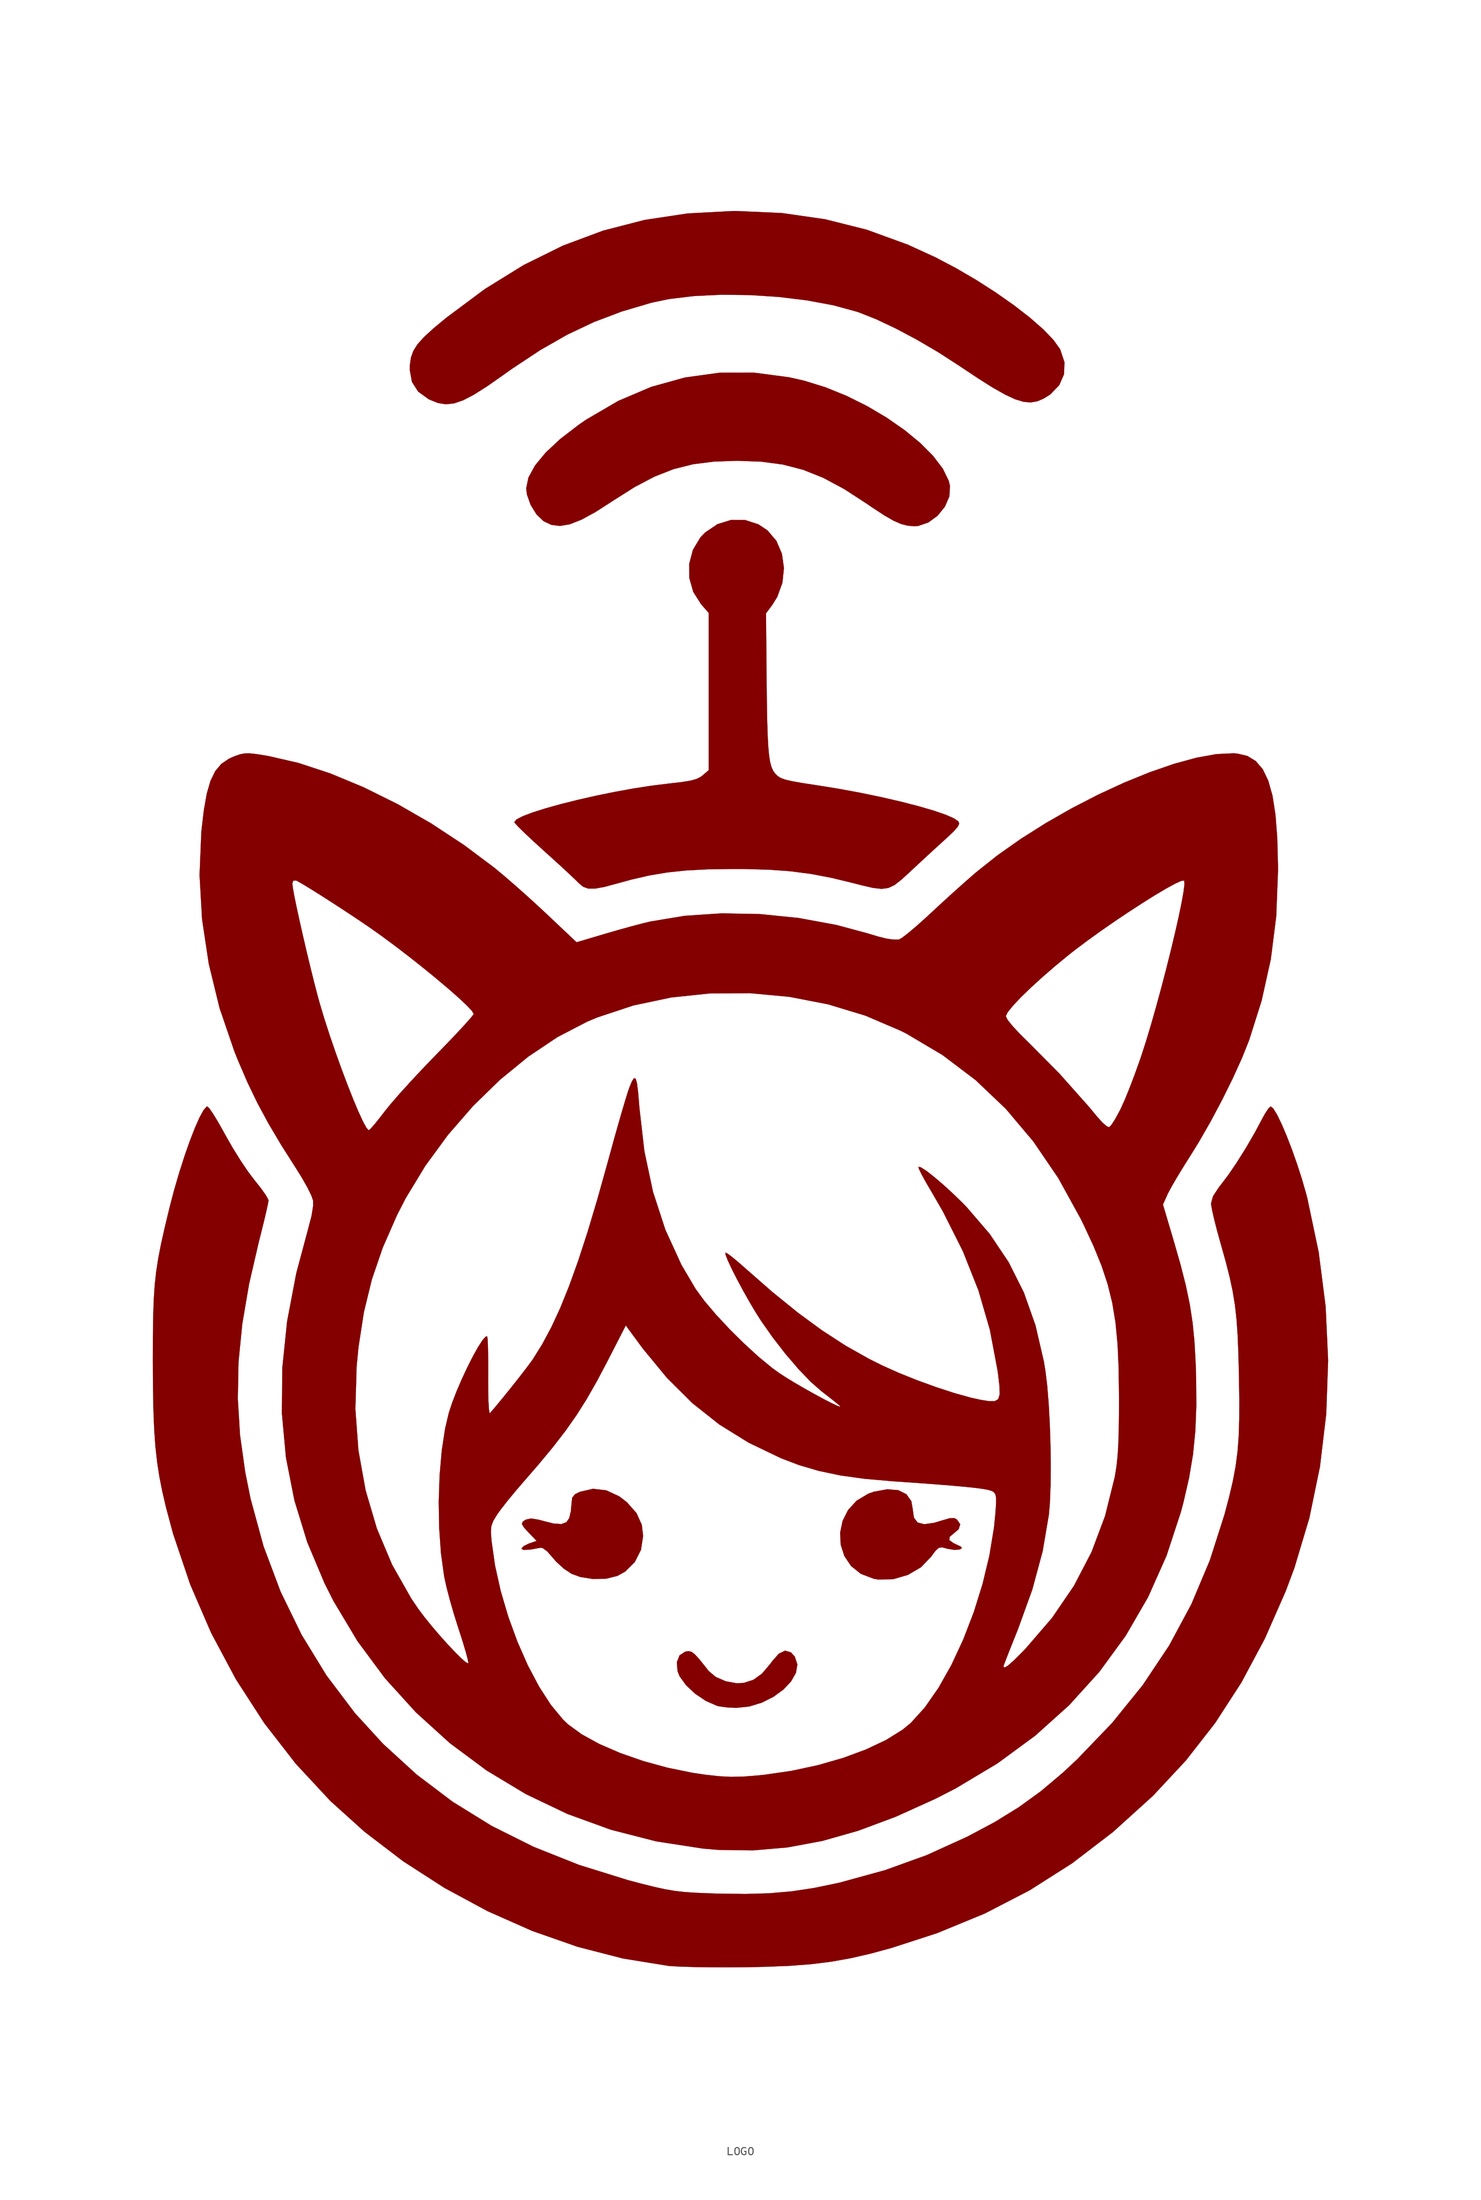
<source format=kicad_sym>
(kicad_symbol_lib
  (version 20220914)
  (generator "bitmap2component")
  (generator_version "9.0")
  (symbol "LOGO"
    (pin_names
      (offset 1.016))
    (property "Reference" "#G"
      (at 0 98.803 0)
      (effects (font (size 1.27 1.27)) hide))
    (symbol "LOGO_0_0"
      (polyline (pts (xy 0.675 -99.313) (xy 2.838 -99.27) (xy 5.627 -99.158) (xy 8.089 -98.969) (xy 10.352 -98.689) (xy 12.541 -98.299) (xy 14.784 -97.784) (xy 17.205 -97.127) (xy 22.341 -95.461) (xy 27.74 -93.241) (xy 32.824 -90.614) (xy 37.645 -87.55) (xy 42.255 -84.021) (xy 46.706 -79.995) (xy 46.863 -79.841) (xy 50.537 -75.904) (xy 53.841 -71.672) (xy 56.805 -67.099) (xy 59.459 -62.138) (xy 61.832 -56.745) (xy 62.806 -54.138) (xy 64.502 -48.485) (xy 65.706 -42.658) (xy 66.416 -36.697) (xy 66.63 -30.641) (xy 66.346 -24.529) (xy 65.562 -18.4) (xy 64.276 -12.295) (xy 64.132 -11.743) (xy 63.652 -10.08) (xy 63.102 -8.382) (xy 62.515 -6.728) (xy 61.922 -5.197) (xy 61.355 -3.87) (xy 60.844 -2.823) (xy 60.423 -2.138) (xy 60.122 -1.891) (xy 60.115 -1.892) (xy 59.863 -2.135) (xy 59.468 -2.737) (xy 59.012 -3.572) (xy 58.306 -4.897) (xy 57.328 -6.579) (xy 56.291 -8.23) (xy 55.292 -9.7) (xy 54.427 -10.833) (xy 54.291 -10.999) (xy 53.602 -12.043) (xy 53.37 -12.873) (xy 53.377 -12.979) (xy 53.491 -13.641) (xy 53.725 -14.668) (xy 54.05 -15.94) (xy 54.438 -17.338) (xy 54.467 -17.438) (xy 55.034 -19.463) (xy 55.481 -21.219) (xy 55.824 -22.823) (xy 56.08 -24.39) (xy 56.262 -26.035) (xy 56.389 -27.874) (xy 56.475 -30.023) (xy 56.537 -32.596) (xy 56.572 -35.042) (xy 56.566 -37.317) (xy 56.502 -39.269) (xy 56.367 -41.009) (xy 56.15 -42.651) (xy 55.839 -44.306) (xy 55.421 -46.089) (xy 54.885 -48.11) (xy 53.238 -53.256) (xy 51.146 -58.219) (xy 48.621 -62.915) (xy 45.637 -67.383) (xy 42.172 -71.663) (xy 38.202 -75.795) (xy 36.575 -77.31) (xy 34.113 -79.385) (xy 31.606 -81.202) (xy 28.891 -82.876) (xy 25.805 -84.522) (xy 25.75 -84.549) (xy 21.159 -86.634) (xy 16.446 -88.332) (xy 11.435 -89.708) (xy 10.996 -89.811) (xy 8.373 -90.353) (xy 5.885 -90.727) (xy 3.365 -90.947) (xy 0.648 -91.028) (xy -2.432 -90.986) (xy -3.234 -90.961) (xy -4.893 -90.895) (xy -6.221 -90.807) (xy -7.363 -90.678) (xy -8.469 -90.489) (xy -9.686 -90.221) (xy -11.163 -89.854) (xy -12.662 -89.458) (xy -18.213 -87.731) (xy -23.349 -85.689) (xy -28.103 -83.316) (xy -32.507 -80.594) (xy -36.593 -77.507) (xy -40.394 -74.035) (xy -43.57 -70.565) (xy -46.801 -66.293) (xy -49.616 -61.698) (xy -51.999 -56.812) (xy -53.932 -51.664) (xy -55.401 -46.284) (xy -56.003 -43.296) (xy -56.592 -39.101) (xy -56.847 -34.968) (xy -56.763 -30.804) (xy -56.338 -26.513) (xy -55.568 -22) (xy -54.451 -17.171) (xy -54.22 -16.263) (xy -53.882 -14.896) (xy -53.611 -13.754) (xy -53.432 -12.937) (xy -53.367 -12.544) (xy -53.398 -12.424) (xy -53.69 -11.906) (xy -54.225 -11.152) (xy -54.921 -10.28) (xy -55.654 -9.316) (xy -56.528 -8.025) (xy -57.423 -6.586) (xy -58.231 -5.169) (xy -58.422 -4.817) (xy -59.069 -3.674) (xy -59.632 -2.748) (xy -60.057 -2.127) (xy -60.288 -1.899) (xy -60.37 -1.921) (xy -60.719 -2.308) (xy -61.171 -3.13) (xy -61.697 -4.314) (xy -62.274 -5.793) (xy -62.874 -7.497) (xy -63.471 -9.357) (xy -64.04 -11.303) (xy -64.555 -13.266) (xy -64.638 -13.604) (xy -65.145 -15.716) (xy -65.549 -17.523) (xy -65.861 -19.133) (xy -66.093 -20.65) (xy -66.257 -22.179) (xy -66.364 -23.826) (xy -66.426 -25.698) (xy -66.455 -27.898) (xy -66.462 -30.534) (xy -66.462 -30.755) (xy -66.447 -33.738) (xy -66.399 -36.277) (xy -66.311 -38.462) (xy -66.174 -40.383) (xy -65.982 -42.13) (xy -65.725 -43.793) (xy -65.396 -45.461) (xy -64.987 -47.224) (xy -64.164 -50.286) (xy -62.237 -55.989) (xy -59.861 -61.485) (xy -57.06 -66.729) (xy -53.859 -71.677) (xy -50.285 -76.281) (xy -46.362 -80.498) (xy -42.508 -83.973) (xy -38.118 -87.325) (xy -33.445 -90.336) (xy -28.555 -92.972) (xy -23.512 -95.204) (xy -18.38 -97) (xy -13.223 -98.329) (xy -8.106 -99.158) (xy -7.683 -99.195) (xy -6.541 -99.253) (xy -5.026 -99.296) (xy -3.245 -99.321) (xy -1.309 -99.328) (xy 0.675 -99.313)) (stroke (width 0.01) (type default)) (fill (type outline)))
      (polyline (pts (xy 5.383 -85.76) (xy 9.347 -85.022) (xy 13.424 -83.866) (xy 17.675 -82.281) (xy 22.157 -80.253) (xy 24.476 -79.064) (xy 29.175 -76.254) (xy 33.455 -73.115) (xy 37.307 -69.655) (xy 40.727 -65.882) (xy 43.708 -61.803) (xy 46.244 -57.425) (xy 48.328 -52.755) (xy 49.954 -47.8) (xy 50.247 -46.7) (xy 50.882 -43.942) (xy 51.325 -41.304) (xy 51.592 -38.623) (xy 51.704 -35.737) (xy 51.677 -32.486) (xy 51.624 -30.851) (xy 51.49 -28.482) (xy 51.276 -26.339) (xy 50.959 -24.275) (xy 50.513 -22.145) (xy 49.916 -19.804) (xy 49.143 -17.106) (xy 47.924 -13.001) (xy 48.447 -11.837) (xy 48.501 -11.723) (xy 48.9 -10.978) (xy 49.508 -9.933) (xy 50.252 -8.71) (xy 51.059 -7.431) (xy 51.981 -5.942) (xy 53.311 -3.627) (xy 54.619 -1.171) (xy 55.833 1.282) (xy 56.878 3.586) (xy 57.682 5.596) (xy 59.095 10.052) (xy 60.141 14.766) (xy 60.753 19.618) (xy 60.951 24.724) (xy 60.948 25.438) (xy 60.867 28.531) (xy 60.664 31.131) (xy 60.33 33.267) (xy 59.853 34.969) (xy 59.225 36.268) (xy 58.433 37.193) (xy 57.468 37.774) (xy 56.32 38.041) (xy 55.885 38.07) (xy 53.959 37.973) (xy 51.7 37.564) (xy 49.17 36.872) (xy 46.432 35.927) (xy 43.551 34.757) (xy 40.589 33.39) (xy 37.609 31.855) (xy 34.676 30.182) (xy 31.852 28.399) (xy 29.2 26.534) (xy 26.785 24.617) (xy 26.594 24.454) (xy 25.499 23.497) (xy 24.191 22.329) (xy 22.82 21.081) (xy 21.531 19.888) (xy 20.943 19.345) (xy 19.906 18.422) (xy 19.02 17.679) (xy 18.364 17.18) (xy 18.018 16.992) (xy 17.956 16.988) (xy 17.326 16.992) (xy 16.613 17.097) (xy 15.673 17.33) (xy 14.368 17.721) (xy 10.925 18.645) (xy 6.638 19.433) (xy 2.271 19.872) (xy -2.058 19.955) (xy -6.231 19.676) (xy -10.133 19.029) (xy -10.985 18.823) (xy -12.268 18.485) (xy -13.727 18.081) (xy -15.184 17.66) (xy -18.478 16.682) (xy -21.939 19.947) (xy -22.609 20.573) (xy -24.024 21.865) (xy -25.456 23.137) (xy -26.771 24.272) (xy -27.832 25.15) (xy -31.217 27.681) (xy -34.944 30.132) (xy -38.763 32.326) (xy -42.596 34.224) (xy -46.363 35.789) (xy -49.988 36.981) (xy -53.391 37.761) (xy -53.45 37.771) (xy -54.651 37.968) (xy -55.48 38.063) (xy -56.087 38.055) (xy -56.625 37.943) (xy -57.246 37.724) (xy -57.86 37.45) (xy -58.714 36.864) (xy -59.395 36.057) (xy -59.932 34.963) (xy -60.353 33.52) (xy -60.685 31.665) (xy -60.958 29.334) (xy -60.973 29.182) (xy -61.175 24.295) (xy -61.118 23.287) (xy -50.665 23.287) (xy -50.594 23.631) (xy -50.269 23.685) (xy -50.13 23.62) (xy -49.522 23.277) (xy -48.588 22.71) (xy -47.413 21.974) (xy -46.083 21.123) (xy -44.683 20.212) (xy -43.3 19.295) (xy -42.018 18.428) (xy -41.96 18.388) (xy -40.514 17.363) (xy -38.968 16.217) (xy -37.381 14.999) (xy -35.813 13.757) (xy -34.324 12.541) (xy -32.972 11.4) (xy -31.817 10.384) (xy -30.919 9.541) (xy -30.336 8.921) (xy -30.129 8.573) (xy -30.175 8.485) (xy -30.526 8.049) (xy -31.178 7.318) (xy -32.077 6.351) (xy -33.169 5.205) (xy -34.4 3.941) (xy -34.737 3.596) (xy -36.097 2.177) (xy -37.413 0.765) (xy -38.599 -0.547) (xy -39.57 -1.667) (xy -40.242 -2.499) (xy -40.665 -3.053) (xy -41.3 -3.846) (xy -41.776 -4.391) (xy -42.013 -4.594) (xy -42.032 -4.59) (xy -42.293 -4.292) (xy -42.69 -3.557) (xy -43.197 -2.454) (xy -43.786 -1.053) (xy -44.431 0.576) (xy -45.105 2.365) (xy -45.781 4.244) (xy -46.432 6.142) (xy -47.032 7.992) (xy -47.552 9.722) (xy -47.817 10.681) (xy -48.193 12.129) (xy -48.603 13.775) (xy -49.026 15.531) (xy -49.44 17.305) (xy -49.826 19.007) (xy -50.162 20.547) (xy -50.428 21.833) (xy -50.602 22.777) (xy -50.665 23.287) (xy -61.118 23.287) (xy -60.891 19.287) (xy -60.13 14.236) (xy -58.907 9.225) (xy -57.233 4.334) (xy -56.837 3.347) (xy -55.772 0.869) (xy -54.648 -1.466) (xy -53.392 -3.797) (xy -51.931 -6.261) (xy -50.191 -8.997) (xy -49.582 -9.975) (xy -48.968 -11.057) (xy -48.525 -11.954) (xy -48.32 -12.537) (xy -48.312 -13.144) (xy -48.49 -14.276) (xy -48.862 -15.699) (xy -50.22 -20.766) (xy -51.262 -26.232) (xy -51.805 -31.519) (xy -51.844 -36.126) (xy -43.531 -36.126) (xy -43.389 -31.338) (xy -43.175 -29.131) (xy -42.567 -25.185) (xy -41.665 -21.485) (xy -40.426 -17.872) (xy -38.807 -14.186) (xy -37.822 -12.27) (xy -35.602 -8.613) (xy -33.043 -5.121) (xy -30.206 -1.856) (xy -27.152 1.119) (xy -23.943 3.743) (xy -20.641 5.952) (xy -17.307 7.684) (xy -16.135 8.176) (xy -12.057 9.527) (xy -7.77 10.433) (xy -3.347 10.898) (xy 1.138 10.922) (xy 5.613 10.508) (xy 10.005 9.658) (xy 14.241 8.374) (xy 14.38 8.314) (xy 30.129 8.314) (xy 30.129 8.323) (xy 30.345 8.769) (xy 30.928 9.492) (xy 31.822 10.438) (xy 32.971 11.552) (xy 34.318 12.779) (xy 35.808 14.066) (xy 37.384 15.357) (xy 37.934 15.788) (xy 39.325 16.834) (xy 40.852 17.933) (xy 42.452 19.042) (xy 44.06 20.121) (xy 45.614 21.129) (xy 47.049 22.025) (xy 48.301 22.768) (xy 49.307 23.317) (xy 50.002 23.631) (xy 50.324 23.669) (xy 50.333 23.658) (xy 50.362 23.255) (xy 50.258 22.406) (xy 50.038 21.176) (xy 49.719 19.632) (xy 49.315 17.84) (xy 48.844 15.866) (xy 48.322 13.778) (xy 47.765 11.642) (xy 47.19 9.524) (xy 46.611 7.49) (xy 46.046 5.607) (xy 45.511 3.942) (xy 45.319 3.375) (xy 44.741 1.762) (xy 44.148 0.202) (xy 43.597 -1.151) (xy 43.149 -2.142) (xy 42.995 -2.445) (xy 42.508 -3.333) (xy 42.098 -3.975) (xy 41.841 -4.25) (xy 41.585 -4.157) (xy 41.085 -3.735) (xy 40.49 -3.078) (xy 39.551 -1.946) (xy 36.242 1.776) (xy 32.859 5.189) (xy 31.755 6.277) (xy 30.885 7.21) (xy 30.326 7.909) (xy 30.129 8.314) (xy 14.38 8.314) (xy 18.247 6.658) (xy 18.899 6.326) (xy 22.956 3.922) (xy 26.694 1.095) (xy 30.12 -2.162) (xy 33.242 -5.858) (xy 36.065 -9.998) (xy 38.598 -14.591) (xy 38.96 -15.327) (xy 40.078 -17.733) (xy 40.973 -19.932) (xy 41.668 -22.029) (xy 42.186 -24.132) (xy 42.55 -26.346) (xy 42.784 -28.779) (xy 42.909 -31.535) (xy 42.949 -34.722) (xy 42.945 -36.738) (xy 42.919 -38.69) (xy 42.865 -40.271) (xy 42.779 -41.572) (xy 42.655 -42.685) (xy 42.49 -43.7) (xy 42.455 -43.885) (xy 41.37 -48.242) (xy 39.841 -52.316) (xy 37.847 -56.147) (xy 35.369 -59.774) (xy 32.385 -63.238) (xy 31.999 -63.639) (xy 31.024 -64.61) (xy 30.359 -65.192) (xy 29.98 -65.406) (xy 29.858 -65.271) (xy 29.901 -65.138) (xy 30.113 -64.576) (xy 30.472 -63.657) (xy 30.944 -62.469) (xy 31.495 -61.096) (xy 33.126 -56.586) (xy 34.301 -52.242) (xy 35.007 -48.09) (xy 35.117 -46.793) (xy 35.195 -44.847) (xy 35.217 -42.61) (xy 35.187 -40.216) (xy 35.106 -37.798) (xy 34.98 -35.492) (xy 34.811 -33.431) (xy 34.602 -31.75) (xy 34.432 -30.734) (xy 33.49 -26.672) (xy 32.175 -22.958) (xy 30.457 -19.53) (xy 28.307 -16.328) (xy 25.696 -13.291) (xy 25.109 -12.692) (xy 24.024 -11.644) (xy 22.948 -10.668) (xy 21.957 -9.826) (xy 21.123 -9.181) (xy 20.523 -8.794) (xy 20.229 -8.729) (xy 20.292 -8.97) (xy 20.589 -9.582) (xy 21.074 -10.467) (xy 21.696 -11.527) (xy 23.004 -13.785) (xy 25.258 -18.264) (xy 27.024 -22.706) (xy 28.326 -27.177) (xy 29.188 -31.741) (xy 29.26 -32.264) (xy 29.418 -33.6) (xy 29.435 -34.495) (xy 29.269 -35.023) (xy 28.882 -35.252) (xy 28.233 -35.255) (xy 27.28 -35.103) (xy 26.176 -34.86) (xy 24.325 -34.344) (xy 22.244 -33.667) (xy 20.078 -32.881) (xy 17.974 -32.037) (xy 16.078 -31.185) (xy 14.628 -30.459) (xy 11.979 -28.967) (xy 9.323 -27.245) (xy 6.585 -25.238) (xy 3.692 -22.895) (xy 0.565 -20.16) (xy -0.076 -19.593) (xy -0.842 -18.955) (xy -1.391 -18.545) (xy -1.634 -18.433) (xy -1.598 -18.712) (xy -1.335 -19.374) (xy -0.888 -20.323) (xy -0.305 -21.469) (xy 0.367 -22.721) (xy 1.081 -23.989) (xy 1.79 -25.183) (xy 2.444 -26.211) (xy 3.732 -28.039) (xy 5.187 -29.913) (xy 6.644 -31.614) (xy 8.016 -33.044) (xy 9.217 -34.099) (xy 10.032 -34.731) (xy 10.801 -35.341) (xy 11.311 -35.759) (xy 11.365 -35.808) (xy 11.371 -35.896) (xy 11.003 -35.76) (xy 10.339 -35.443) (xy 9.456 -34.987) (xy 8.431 -34.433) (xy 7.341 -33.822) (xy 6.265 -33.196) (xy 5.278 -32.597) (xy 4.458 -32.067) (xy 3.616 -31.453) (xy 2.096 -30.198) (xy 0.463 -28.704) (xy -1.172 -27.083) (xy -2.699 -25.445) (xy -4.008 -23.901) (xy -4.989 -22.563) (xy -6.605 -19.823) (xy -8.423 -15.854) (xy -9.82 -11.575) (xy -10.8 -6.971) (xy -11.368 -2.026) (xy -11.395 -1.661) (xy -11.519 -0.198) (xy -11.646 0.764) (xy -11.793 1.254) (xy -11.976 1.305) (xy -12.21 0.947) (xy -12.513 0.213) (xy -12.641 -0.158) (xy -12.944 -1.125) (xy -13.342 -2.462) (xy -13.807 -4.074) (xy -14.311 -5.868) (xy -14.827 -7.748) (xy -14.971 -8.277) (xy -16.137 -12.44) (xy -17.239 -16.118) (xy -18.294 -19.356) (xy -19.317 -22.199) (xy -20.325 -24.692) (xy -21.336 -26.877) (xy -22.366 -28.8) (xy -23.433 -30.506) (xy -23.562 -30.691) (xy -24.133 -31.461) (xy -24.921 -32.481) (xy -25.828 -33.628) (xy -26.757 -34.779) (xy -27.61 -35.814) (xy -28.29 -36.609) (xy -28.342 -36.568) (xy -28.412 -36.105) (xy -28.463 -35.22) (xy -28.491 -33.983) (xy -28.494 -32.466) (xy -28.49 -31.442) (xy -28.498 -30.077) (xy -28.521 -28.973) (xy -28.556 -28.223) (xy -28.6 -27.919) (xy -28.771 -27.945) (xy -29.14 -28.359) (xy -29.637 -29.129) (xy -30.218 -30.172) (xy -30.843 -31.404) (xy -31.47 -32.744) (xy -32.058 -34.108) (xy -32.564 -35.412) (xy -32.948 -36.575) (xy -33.367 -38.35) (xy -33.749 -40.866) (xy -33.991 -43.666) (xy -34.089 -46.616) (xy -34.04 -49.585) (xy -34.005 -50.083) (xy -28.183 -50.083) (xy -28.135 -49.399) (xy -27.918 -48.811) (xy -27.486 -48.098) (xy -27.026 -47.458) (xy -26.283 -46.512) (xy -25.381 -45.418) (xy -24.425 -44.306) (xy -22.845 -42.487) (xy -21.163 -40.464) (xy -19.733 -38.613) (xy -18.476 -36.824) (xy -17.314 -34.983) (xy -16.171 -32.98) (xy -14.969 -30.703) (xy -12.906 -26.684) (xy -11.34 -28.811) (xy -10.951 -29.334) (xy -8.224 -32.641) (xy -5.37 -35.474) (xy -2.318 -37.892) (xy 1.003 -39.95) (xy 4.662 -41.706) (xy 6.697 -42.482) (xy 8.956 -43.147) (xy 11.397 -43.658) (xy 14.137 -44.039) (xy 17.294 -44.315) (xy 18.545 -44.4) (xy 21.242 -44.592) (xy 23.453 -44.763) (xy 25.216 -44.916) (xy 26.572 -45.055) (xy 27.557 -45.185) (xy 28.21 -45.308) (xy 28.571 -45.43) (xy 28.755 -45.542) (xy 28.945 -45.775) (xy 29.029 -46.182) (xy 29.024 -46.884) (xy 28.948 -48.002) (xy 28.794 -49.538) (xy 28.272 -52.719) (xy 27.494 -55.95) (xy 26.495 -59.148) (xy 25.308 -62.226) (xy 23.968 -65.102) (xy 22.508 -67.691) (xy 20.964 -69.909) (xy 19.368 -71.67) (xy 18.437 -72.435) (xy 16.575 -73.593) (xy 14.307 -74.666) (xy 11.713 -75.626) (xy 8.873 -76.443) (xy 5.868 -77.089) (xy 2.78 -77.536) (xy 1.986 -77.618) (xy 0.38 -77.744) (xy -0.997 -77.772) (xy -2.359 -77.699) (xy -3.918 -77.527) (xy -5.352 -77.314) (xy -8.178 -76.737) (xy -10.941 -75.978) (xy -13.545 -75.072) (xy -15.896 -74.054) (xy -17.898 -72.958) (xy -19.454 -71.821) (xy -20.01 -71.29) (xy -21.386 -69.629) (xy -22.73 -67.549) (xy -24.006 -65.136) (xy -25.178 -62.474) (xy -26.211 -59.651) (xy -27.067 -56.752) (xy -27.713 -53.863) (xy -28.111 -51.07) (xy -28.183 -50.083) (xy -34.005 -50.083) (xy -33.838 -52.442) (xy -33.481 -55.054) (xy -33.463 -55.153) (xy -33.205 -56.316) (xy -32.819 -57.791) (xy -32.355 -59.397) (xy -31.863 -60.957) (xy -31.696 -61.462) (xy -31.292 -62.743) (xy -30.977 -63.811) (xy -30.782 -64.567) (xy -30.734 -64.911) (xy -30.745 -64.928) (xy -30.997 -64.819) (xy -31.514 -64.375) (xy -32.227 -63.67) (xy -33.071 -62.775) (xy -33.977 -61.765) (xy -34.878 -60.712) (xy -35.706 -59.69) (xy -36.396 -58.771) (xy -37.193 -57.597) (xy -39.364 -53.771) (xy -41.095 -49.669) (xy -42.373 -45.334) (xy -43.188 -40.805) (xy -43.531 -36.126) (xy -51.844 -36.126) (xy -51.849 -36.645) (xy -51.392 -41.628) (xy -50.433 -46.485) (xy -48.973 -51.233) (xy -47.009 -55.891) (xy -46 -57.887) (xy -43.289 -62.417) (xy -40.171 -66.62) (xy -36.675 -70.472) (xy -32.832 -73.955) (xy -28.671 -77.046) (xy -24.222 -79.724) (xy -19.517 -81.969) (xy -14.585 -83.758) (xy -9.455 -85.072) (xy -4.159 -85.889) (xy -2.438 -86.034) (xy 1.474 -86.093) (xy 5.383 -85.76)) (stroke (width 0.01) (type default)) (fill (type outline)))
      (polyline (pts (xy 16.821 22.825) (xy 17.53 23.163) (xy 18.307 23.765) (xy 19.281 24.657) (xy 19.706 25.054) (xy 20.919 26.18) (xy 22.163 27.324) (xy 23.226 28.292) (xy 23.429 28.476) (xy 24.237 29.241) (xy 24.691 29.759) (xy 24.847 30.105) (xy 24.762 30.354) (xy 24.289 30.69) (xy 23.323 31.115) (xy 21.949 31.585) (xy 20.232 32.086) (xy 18.24 32.598) (xy 16.036 33.106) (xy 13.688 33.594) (xy 11.261 34.043) (xy 8.82 34.437) (xy 8.661 34.461) (xy 7.092 34.703) (xy 5.96 34.902) (xy 5.177 35.082) (xy 4.653 35.269) (xy 4.298 35.486) (xy 4.022 35.759) (xy 4.013 35.771) (xy 3.777 36.104) (xy 3.585 36.533) (xy 3.431 37.113) (xy 3.311 37.9) (xy 3.218 38.949) (xy 3.15 40.316) (xy 3.099 42.057) (xy 3.062 44.227) (xy 3.034 46.882) (xy 2.972 53.907) (xy 3.678 54.853) (xy 4.247 55.767) (xy 4.83 57.37) (xy 5.003 59.037) (xy 4.773 60.655) (xy 4.149 62.112) (xy 3.138 63.298) (xy 2.106 63.983) (xy 0.594 64.473) (xy -0.979 64.479) (xy -2.52 64.002) (xy -3.936 63.047) (xy -4.464 62.495) (xy -5.302 61.099) (xy -5.719 59.528) (xy -5.708 57.898) (xy -5.263 56.328) (xy -4.376 54.936) (xy -3.513 53.952) (xy -3.513 45.057) (xy -3.513 36.162) (xy -4.207 35.564) (xy -4.448 35.384) (xy -4.935 35.15) (xy -5.638 34.964) (xy -6.666 34.8) (xy -8.125 34.633) (xy -8.162 34.629) (xy -10.057 34.394) (xy -12.091 34.077) (xy -14.195 33.694) (xy -16.304 33.262) (xy -18.35 32.798) (xy -20.265 32.319) (xy -21.983 31.841) (xy -23.436 31.382) (xy -24.558 30.958) (xy -25.279 30.587) (xy -25.535 30.284) (xy -25.441 30.142) (xy -25.008 29.68) (xy -24.283 28.971) (xy -23.332 28.081) (xy -22.225 27.075) (xy -21.52 26.44) (xy -20.398 25.421) (xy -19.424 24.522) (xy -18.683 23.823) (xy -18.26 23.404) (xy -18.221 23.362) (xy -17.73 22.959) (xy -17.152 22.756) (xy -16.382 22.754) (xy -15.317 22.951) (xy -13.852 23.344) (xy -12.342 23.759) (xy -10.256 24.241) (xy -8.202 24.586) (xy -6.038 24.812) (xy -3.621 24.937) (xy -0.811 24.978) (xy 0.58 24.973) (xy 3.338 24.896) (xy 5.793 24.715) (xy 8.104 24.411) (xy 10.429 23.965) (xy 12.93 23.358) (xy 13.801 23.131) (xy 15.086 22.836) (xy 16.049 22.725) (xy 16.821 22.825)) (stroke (width 0.01) (type default)) (fill (type outline)))
      (polyline (pts (xy 20.202 63.798) (xy 21.364 64.192) (xy 22.409 64.959) (xy 23.234 65.98) (xy 23.735 67.139) (xy 23.808 68.317) (xy 23.662 68.918) (xy 22.997 70.28) (xy 21.901 71.719) (xy 20.435 73.191) (xy 18.66 74.651) (xy 16.637 76.056) (xy 14.428 77.361) (xy 12.094 78.522) (xy 9.696 79.495) (xy 7.296 80.236) (xy 5.63 80.615) (xy 1.647 81.143) (xy -2.306 81.136) (xy -6.207 80.598) (xy -10.034 79.534) (xy -13.763 77.947) (xy -17.372 75.842) (xy -18.237 75.248) (xy -20.314 73.653) (xy -21.971 72.11) (xy -23.184 70.643) (xy -23.93 69.282) (xy -24.184 68.055) (xy -24.101 67.359) (xy -23.681 66.179) (xy -23.011 65.096) (xy -22.209 64.332) (xy -21.334 63.922) (xy -20.364 63.8) (xy -19.251 63.988) (xy -17.933 64.504) (xy -16.351 65.365) (xy -14.444 66.589) (xy -14.327 66.668) (xy -11.877 68.216) (xy -9.639 69.39) (xy -7.486 70.232) (xy -5.291 70.782) (xy -2.929 71.083) (xy -0.27 71.174) (xy 2.399 71.077) (xy 4.88 70.749) (xy 7.197 70.149) (xy 9.473 69.237) (xy 11.829 67.972) (xy 14.386 66.313) (xy 15.034 65.868) (xy 16.371 64.993) (xy 17.421 64.39) (xy 18.28 64.016) (xy 19.045 63.824) (xy 19.812 63.77) (xy 20.202 63.798)) (stroke (width 0.01) (type default)) (fill (type outline)))
      (polyline (pts (xy -32.366 77.665) (xy -31.32 78.022) (xy -30.083 78.666) (xy -28.584 79.618) (xy -26.751 80.903) (xy -25.81 81.573) (xy -22.604 83.693) (xy -19.543 85.442) (xy -16.503 86.88) (xy -13.361 88.068) (xy -9.993 89.065) (xy -8.021 89.477) (xy -5.207 89.816) (xy -2.113 89.965) (xy 1.137 89.93) (xy 4.421 89.716) (xy 7.615 89.328) (xy 10.596 88.772) (xy 13.24 88.053) (xy 13.483 87.972) (xy 15.436 87.2) (xy 17.664 86.148) (xy 20.05 84.881) (xy 22.475 83.46) (xy 24.819 81.948) (xy 24.919 81.88) (xy 26.984 80.505) (xy 28.682 79.436) (xy 30.07 78.652) (xy 31.207 78.129) (xy 32.15 77.845) (xy 32.958 77.778) (xy 33.688 77.905) (xy 34.398 78.203) (xy 35.165 78.683) (xy 36.182 79.733) (xy 36.723 80.971) (xy 36.768 82.336) (xy 36.294 83.763) (xy 36.257 83.831) (xy 35.517 84.862) (xy 34.355 86.065) (xy 32.836 87.392) (xy 31.024 88.795) (xy 28.985 90.225) (xy 26.785 91.635) (xy 24.487 92.977) (xy 22.157 94.201) (xy 19.04 95.629) (xy 14.388 97.321) (xy 9.659 98.509) (xy 4.782 99.209) (xy -0.317 99.438) (xy -0.839 99.436) (xy -5.915 99.164) (xy -10.783 98.429) (xy -15.478 97.218) (xy -20.036 95.518) (xy -24.491 93.317) (xy -28.88 90.602) (xy -33.236 87.358) (xy -34.678 86.164) (xy -35.747 85.187) (xy -36.49 84.362) (xy -36.966 83.61) (xy -37.235 82.856) (xy -37.356 82.02) (xy -37.373 81.496) (xy -37.126 80.108) (xy -36.424 79.004) (xy -35.253 78.159) (xy -35.084 78.075) (xy -34.176 77.714) (xy -33.294 77.57) (xy -32.366 77.665)) (stroke (width 0.01) (type default)) (fill (type outline)))
      (polyline (pts (xy 1.073 -69.808) (xy 2.499 -69.374) (xy 3.809 -68.717) (xy 4.935 -67.898) (xy 5.808 -66.974) (xy 6.361 -66.005) (xy 6.525 -65.049) (xy 6.232 -64.165) (xy 5.791 -63.678) (xy 5.135 -63.492) (xy 4.419 -63.833) (xy 3.662 -64.695) (xy 3.486 -64.945) (xy 2.519 -66.085) (xy 1.541 -66.79) (xy 0.446 -67.141) (xy -0.369 -67.178) (xy -1.591 -66.953) (xy -2.71 -66.47) (xy -3.513 -65.799) (xy -3.867 -65.344) (xy -4.583 -64.453) (xy -5.09 -63.9) (xy -5.468 -63.619) (xy -5.799 -63.541) (xy -6.165 -63.598) (xy -6.186 -63.604) (xy -6.82 -64.025) (xy -7.121 -64.793) (xy -7.048 -65.804) (xy -6.807 -66.402) (xy -6.079 -67.404) (xy -5.044 -68.37) (xy -3.83 -69.184) (xy -2.569 -69.733) (xy -2.279 -69.799) (xy -1.442 -69.909) (xy -0.483 -69.962) (xy -0.402 -69.963) (xy 1.073 -69.808)) (stroke (width 0.01) (type default)) (fill (type outline)))
      (polyline (pts (xy 17.39 -55.396) (xy 19.045 -54.914) (xy 20.521 -54.049) (xy 21.675 -52.854) (xy 22.162 -52.19) (xy 22.529 -51.851) (xy 22.909 -51.795) (xy 23.465 -51.938) (xy 23.55 -51.963) (xy 24.318 -52.088) (xy 24.903 -52.034) (xy 25.148 -51.9) (xy 25.063 -51.73) (xy 24.522 -51.468) (xy 24.21 -51.326) (xy 23.732 -50.972) (xy 23.772 -50.604) (xy 24.319 -50.149) (xy 24.795 -49.737) (xy 24.964 -49.184) (xy 24.596 -48.644) (xy 24.282 -48.484) (xy 23.766 -48.502) (xy 22.927 -48.746) (xy 22.015 -49.019) (xy 20.896 -49.179) (xy 20.145 -48.99) (xy 19.723 -48.436) (xy 19.59 -47.503) (xy 19.433 -46.578) (xy 18.87 -45.783) (xy 17.941 -45.325) (xy 16.694 -45.226) (xy 15.174 -45.507) (xy 14.553 -45.726) (xy 13.237 -46.511) (xy 12.267 -47.568) (xy 11.644 -48.81) (xy 11.366 -50.152) (xy 11.435 -51.507) (xy 11.85 -52.79) (xy 12.611 -53.916) (xy 13.718 -54.798) (xy 15.171 -55.35) (xy 15.701 -55.439) (xy 17.39 -55.396)) (stroke (width 0.01) (type default)) (fill (type outline)))
      (polyline (pts (xy -15.113 -55.342) (xy -13.84 -55.022) (xy -12.973 -54.536) (xy -11.887 -53.46) (xy -11.19 -52.084) (xy -10.944 -50.504) (xy -11.095 -49.245) (xy -11.688 -47.927) (xy -12.775 -46.697) (xy -13.632 -46.034) (xy -15.108 -45.347) (xy -16.62 -45.171) (xy -18.113 -45.517) (xy -18.66 -45.79) (xy -18.978 -46.185) (xy -19.05 -46.85) (xy -19.127 -47.713) (xy -19.314 -48.486) (xy -19.625 -48.946) (xy -20.198 -49.163) (xy -21.094 -49.103) (xy -22.387 -48.775) (xy -22.733 -48.677) (xy -23.623 -48.53) (xy -24.211 -48.653) (xy -24.559 -48.873) (xy -24.675 -49.14) (xy -24.453 -49.534) (xy -23.864 -50.176) (xy -23.004 -51.064) (xy -23.864 -51.364) (xy -23.939 -51.391) (xy -24.496 -51.672) (xy -24.724 -51.937) (xy -24.722 -51.96) (xy -24.459 -52.091) (xy -23.74 -52.05) (xy -22.537 -51.835) (xy -22.334 -51.868) (xy -21.812 -52.246) (xy -21.182 -52.962) (xy -20.821 -53.385) (xy -19.939 -54.196) (xy -19.056 -54.786) (xy -18.076 -55.147) (xy -16.604 -55.38) (xy -15.113 -55.342)) (stroke (width 0.01) (type default)) (fill (type outline))))))
</source>
